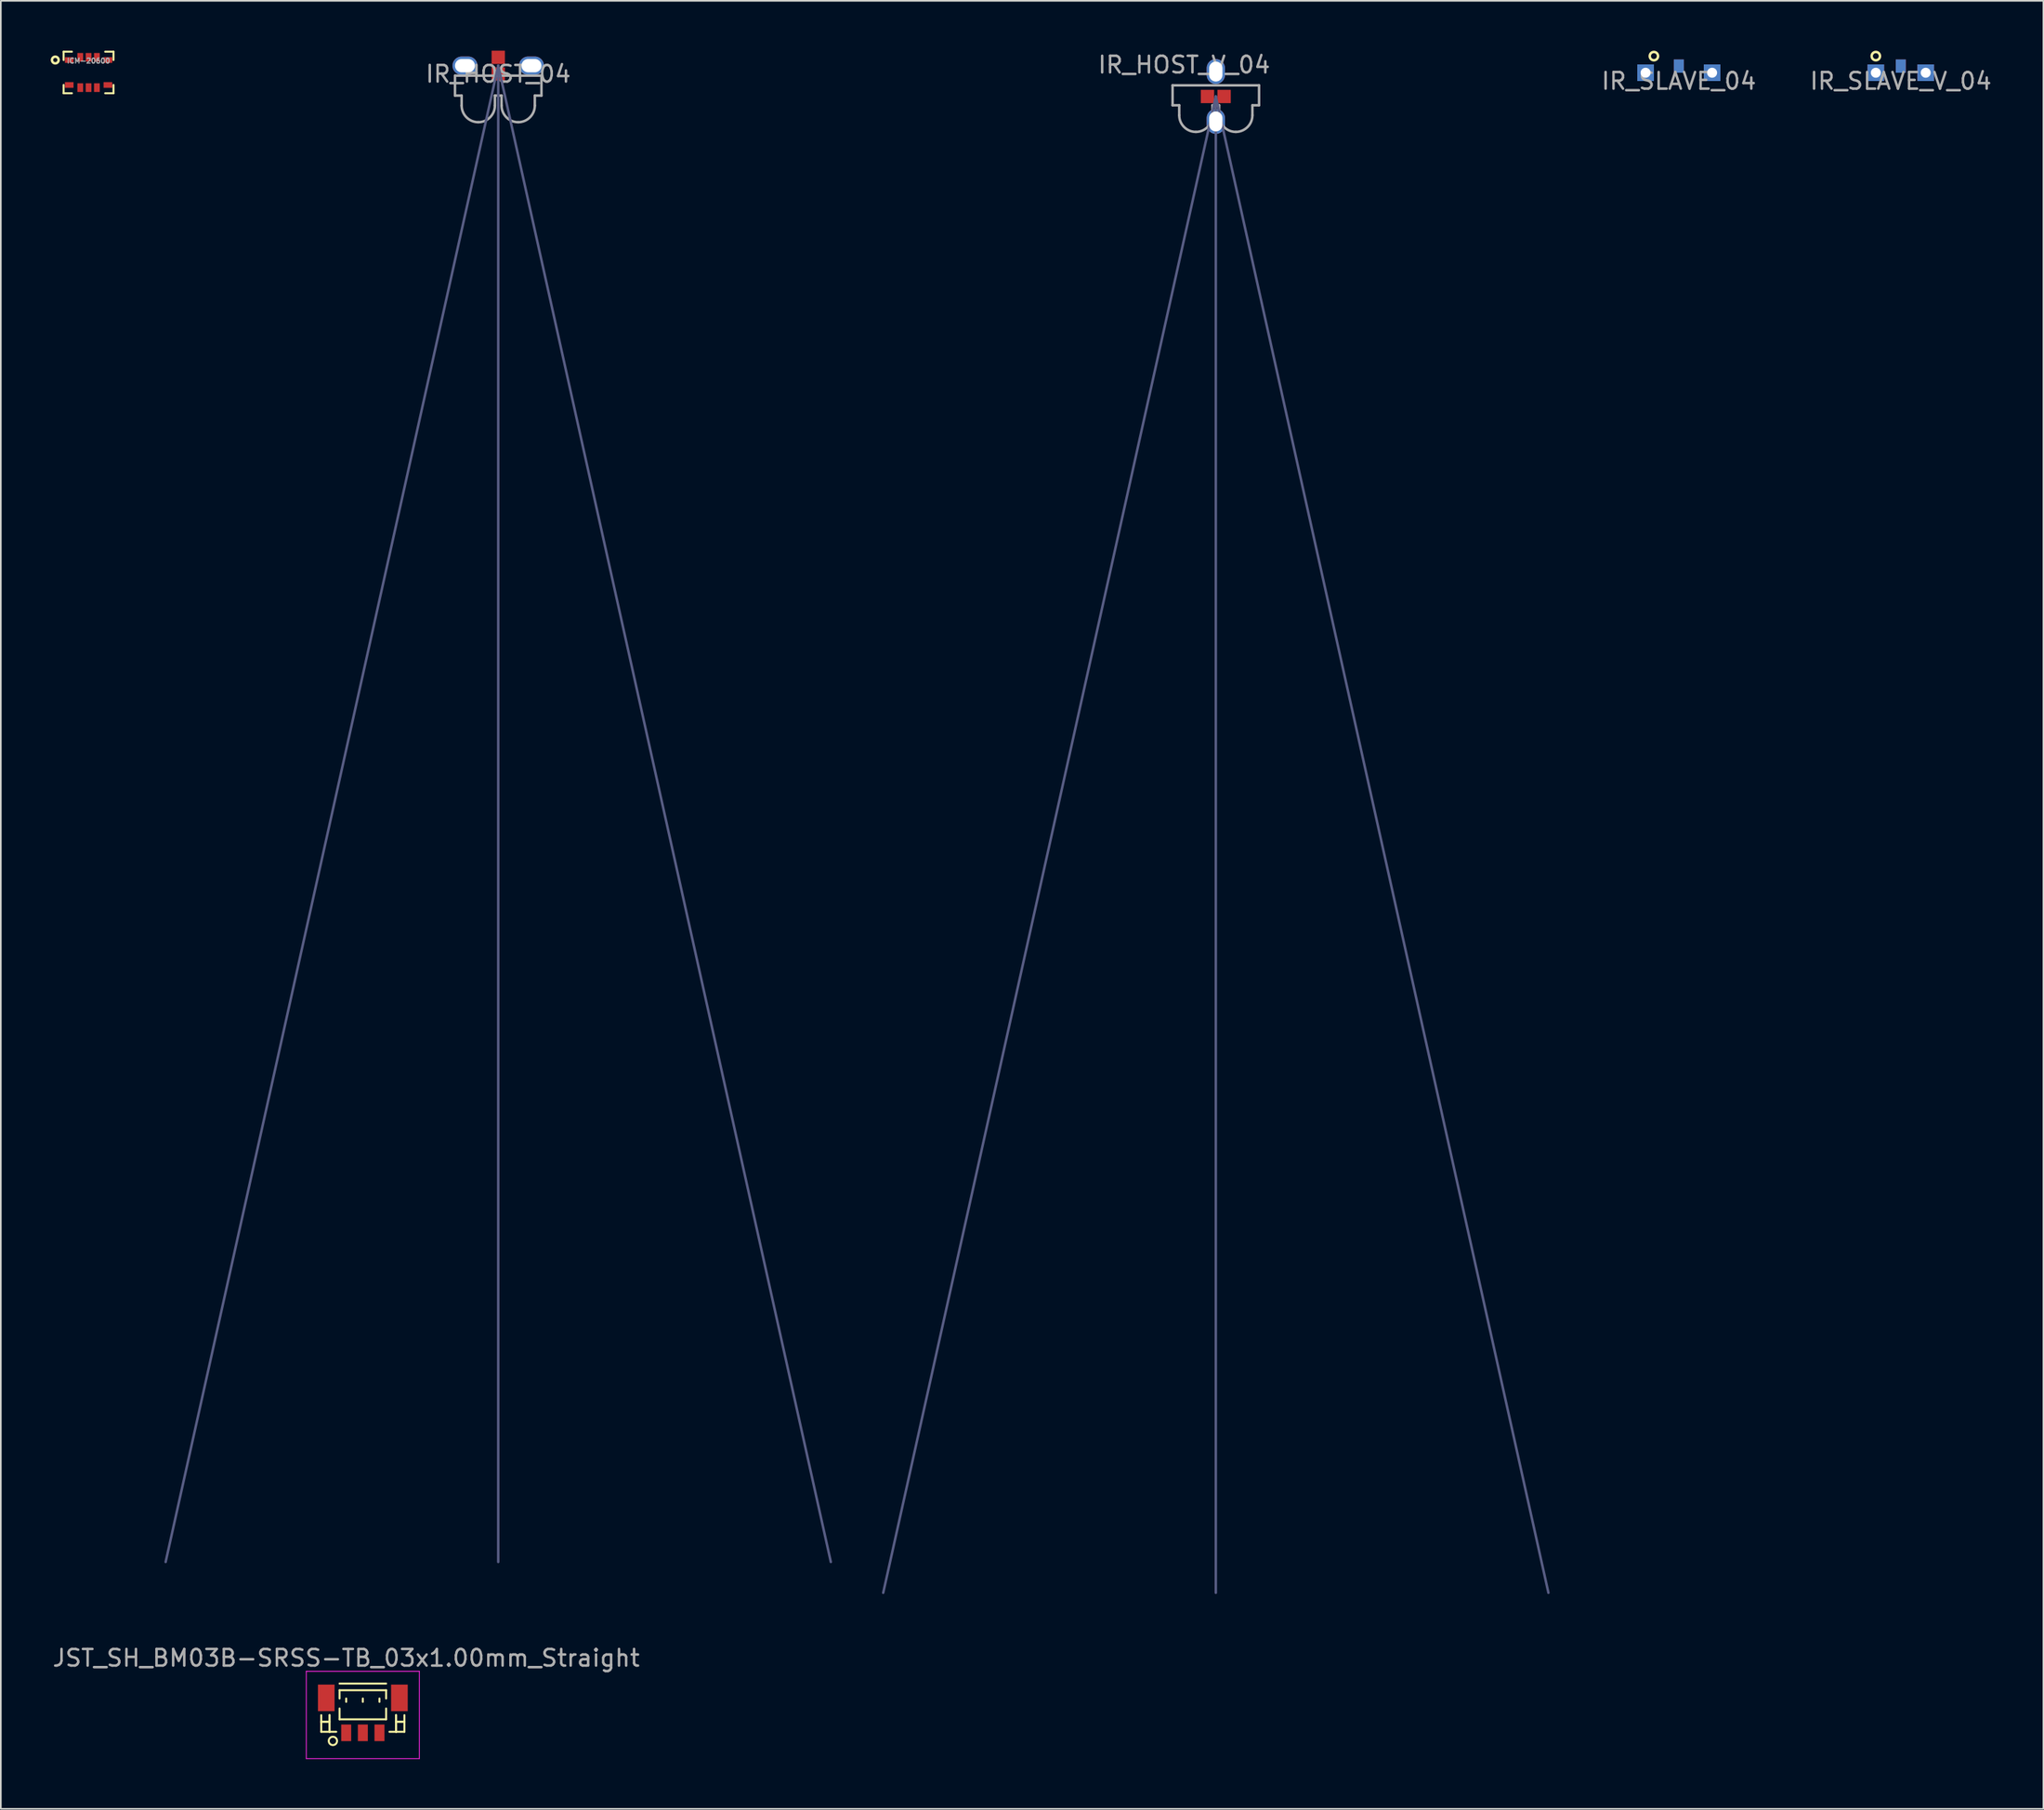
<source format=kicad_pcb>
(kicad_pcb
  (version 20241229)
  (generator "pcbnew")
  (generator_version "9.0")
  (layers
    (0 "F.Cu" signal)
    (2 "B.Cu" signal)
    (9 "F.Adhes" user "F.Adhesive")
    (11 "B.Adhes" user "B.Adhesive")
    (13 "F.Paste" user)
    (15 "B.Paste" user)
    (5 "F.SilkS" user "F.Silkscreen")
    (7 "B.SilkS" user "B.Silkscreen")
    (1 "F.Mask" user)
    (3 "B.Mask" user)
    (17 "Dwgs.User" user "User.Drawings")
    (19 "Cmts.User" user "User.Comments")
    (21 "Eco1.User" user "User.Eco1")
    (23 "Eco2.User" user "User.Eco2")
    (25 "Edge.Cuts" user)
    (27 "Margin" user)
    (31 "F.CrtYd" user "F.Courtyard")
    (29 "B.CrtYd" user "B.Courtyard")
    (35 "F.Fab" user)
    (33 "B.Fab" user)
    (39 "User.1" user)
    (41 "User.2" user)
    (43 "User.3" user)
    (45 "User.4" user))
  (footprint "JST_SH_BM03B-SRSS-TB_03x1.00mm_Straight"
    (layer "F.Cu")
    (at 18.768 100.177)
    (property "Reference" "JST_SH_BM03B-SRSS-TB_03x1.00mm_Straight" (at -1 -3.5 180) (layer "F.Fab") (effects (font (size 1 1) (thickness 0.15))))
    (attr smd)
    (fp_line (start -2.5 -0.062) (end -2.5 0.938) (stroke (width 0.12) (type solid)) (layer "F.SilkS"))
    (fp_line (start -2.5 0.338) (end -2.5 0.338) (stroke (width 0.12) (type solid)) (layer "F.SilkS"))
    (fp_line (start -2.5 0.338) (end -2 0.338) (stroke (width 0.12) (type solid)) (layer "F.SilkS"))
    (fp_line (start -2.5 0.938) (end -1.6 0.938) (stroke (width 0.12) (type solid)) (layer "F.SilkS"))
    (fp_line (start -2 -0.062) (end -2 -0.062) (stroke (width 0.12) (type solid)) (layer "F.SilkS"))
    (fp_line (start -2 -0.062) (end -2 0.938) (stroke (width 0.12) (type solid)) (layer "F.SilkS"))
    (fp_line (start -2 0.338) (end -2.5 0.338) (stroke (width 0.12) (type solid)) (layer "F.SilkS"))
    (fp_line (start -2 0.338) (end -2 0.338) (stroke (width 0.12) (type solid)) (layer "F.SilkS"))
    (fp_line (start -2 0.938) (end -2 -0.062) (stroke (width 0.12) (type solid)) (layer "F.SilkS"))
    (fp_line (start -2 0.938) (end -2 0.938) (stroke (width 0.12) (type solid)) (layer "F.SilkS"))
    (fp_line (start -1.4 -1.962) (end 1.4 -1.962) (stroke (width 0.12) (type solid)) (layer "F.SilkS"))
    (fp_line (start -1.4 -1.562) (end 1.4 -1.562) (stroke (width 0.12) (type solid)) (layer "F.SilkS"))
    (fp_line (start -1.4 -1.062) (end -1.4 -1.562) (stroke (width 0.12) (type solid)) (layer "F.SilkS"))
    (fp_line (start -1.4 -0.463) (end -1.4 0.188) (stroke (width 0.12) (type solid)) (layer "F.SilkS"))
    (fp_line (start -1.4 0.188) (end 1.4 0.188) (stroke (width 0.12) (type solid)) (layer "F.SilkS"))
    (fp_line (start -1 -1.062) (end -1 -0.863) (stroke (width 0.12) (type solid)) (layer "F.SilkS"))
    (fp_line (start 0 -1.062) (end 0 -0.863) (stroke (width 0.12) (type solid)) (layer "F.SilkS"))
    (fp_line (start 1 -1.062) (end 1 -0.863) (stroke (width 0.12) (type solid)) (layer "F.SilkS"))
    (fp_line (start 1.4 -1.562) (end 1.4 -1.062) (stroke (width 0.12) (type solid)) (layer "F.SilkS"))
    (fp_line (start 1.4 0.188) (end 1.4 -0.463) (stroke (width 0.12) (type solid)) (layer "F.SilkS"))
    (fp_line (start 2 -0.062) (end 2 -0.062) (stroke (width 0.12) (type solid)) (layer "F.SilkS"))
    (fp_line (start 2 -0.062) (end 2 0.938) (stroke (width 0.12) (type solid)) (layer "F.SilkS"))
    (fp_line (start 2 0.338) (end 2 0.338) (stroke (width 0.12) (type solid)) (layer "F.SilkS"))
    (fp_line (start 2 0.338) (end 2.5 0.338) (stroke (width 0.12) (type solid)) (layer "F.SilkS"))
    (fp_line (start 2 0.938) (end 2 -0.062) (stroke (width 0.12) (type solid)) (layer "F.SilkS"))
    (fp_line (start 2 0.938) (end 2 0.938) (stroke (width 0.12) (type solid)) (layer "F.SilkS"))
    (fp_line (start 2.5 -0.062) (end 2.5 0.938) (stroke (width 0.12) (type solid)) (layer "F.SilkS"))
    (fp_line (start 2.5 0.338) (end 2 0.338) (stroke (width 0.12) (type solid)) (layer "F.SilkS"))
    (fp_line (start 2.5 0.338) (end 2.5 0.338) (stroke (width 0.12) (type solid)) (layer "F.SilkS"))
    (fp_line (start 2.5 0.938) (end 1.6 0.938) (stroke (width 0.12) (type solid)) (layer "F.SilkS"))
    (fp_circle (center -1.8 1.488) (end -1.55 1.488) (stroke (width 0.12) (type solid)) (fill no) (layer "F.SilkS"))
    (fp_line (start -3.4 -2.7) (end 3.4 -2.7) (stroke (width 0.05) (type solid)) (layer "F.CrtYd"))
    (fp_line (start -3.4 2.55) (end -3.4 -2.7) (stroke (width 0.05) (type solid)) (layer "F.CrtYd"))
    (fp_line (start 3.4 -2.7) (end 3.4 2.55) (stroke (width 0.05) (type solid)) (layer "F.CrtYd"))
    (fp_line (start 3.4 2.55) (end -3.4 2.55) (stroke (width 0.05) (type solid)) (layer "F.CrtYd"))
    (pad "" smd rect (at -2.2 -1.1) (size 1 1.6) (layers "F.Cu" "F.Mask" "F.Paste"))
    (pad "" smd rect (at 2.2 -1.1) (size 1 1.6) (layers "F.Cu" "F.Mask" "F.Paste"))
    (pad "1" smd rect (at -1 1) (size 0.6 1) (layers "F.Cu" "F.Mask" "F.Paste"))
    (pad "2" smd rect (at 0 1) (size 0.6 1) (layers "F.Cu" "F.Mask" "F.Paste"))
    (pad "3" smd rect (at 1 1) (size 0.6 1) (layers "F.Cu" "F.Mask" "F.Paste")))
  (footprint "IR_HOST_V_04"
    (layer "F.Cu")
    (at 70.06 2.753)
    (property "Reference" "IR_HOST_V_04" (at -1.905 -1.905 0) (layer "F.Fab") (effects (font (size 1 1) (thickness 0.15))))
    (attr through_hole)
    (fp_line (start 0 0) (end -20 90) (stroke (width 0.15) (type solid)) (layer "B.Fab"))
    (fp_line (start 0 0) (end 0 90) (stroke (width 0.15) (type solid)) (layer "B.Fab"))
    (fp_line (start 20 90) (end 0 0) (stroke (width 0.15) (type solid)) (layer "B.Fab"))
    (fp_line (start -2.6 -0.67) (end -2.6 0.53) (stroke (width 0.15) (type solid)) (layer "F.Fab"))
    (fp_line (start -2.6 0.53) (end -2.2 0.53) (stroke (width 0.15) (type solid)) (layer "F.Fab"))
    (fp_line (start -2.2 0.53) (end -2.2 1.13) (stroke (width 0.15) (type solid)) (layer "F.Fab"))
    (fp_line (start -0.2 0.53) (end 0.2 0.53) (stroke (width 0.15) (type solid)) (layer "F.Fab"))
    (fp_line (start -0.2 1.13) (end -0.2 0.53) (stroke (width 0.15) (type solid)) (layer "F.Fab"))
    (fp_line (start 0.2 0.53) (end 0.2 1.13) (stroke (width 0.15) (type solid)) (layer "F.Fab"))
    (fp_line (start 2.2 0.53) (end 2.6 0.53) (stroke (width 0.15) (type solid)) (layer "F.Fab"))
    (fp_line (start 2.2 1.13) (end 2.2 0.53) (stroke (width 0.15) (type solid)) (layer "F.Fab"))
    (fp_line (start 2.6 -0.67) (end -2.6 -0.67) (stroke (width 0.15) (type solid)) (layer "F.Fab"))
    (fp_line (start 2.6 0.53) (end 2.6 -0.67) (stroke (width 0.15) (type solid)) (layer "F.Fab"))
    (fp_arc (start -1.2 2.13) (mid -1.907107 1.837107) (end -2.2 1.13) (stroke (width 0.15) (type solid)) (layer "F.Fab"))
    (fp_arc (start -0.2 1.13) (mid -0.492893 1.837107) (end -1.2 2.13) (stroke (width 0.15) (type solid)) (layer "F.Fab"))
    (fp_arc (start 1.2 2.13) (mid 0.492893 1.837107) (end 0.2 1.13) (stroke (width 0.15) (type solid)) (layer "F.Fab"))
    (fp_arc (start 2.2 1.13) (mid 1.907107 1.837107) (end 1.2 2.13) (stroke (width 0.15) (type solid)) (layer "F.Fab"))
    (pad "1" thru_hole oval (at 0 -1.5) (size 1.1 1.5) (drill oval 0.8 1.2) (layers "*.Cu" "*.Mask"))
    (pad "2" smd rect (at -0.5 0) (size 0.8 0.8) (layers "F.Cu" "F.Mask" "F.Paste"))
    (pad "3" smd rect (at 0.5 0) (size 0.8 0.8) (layers "F.Cu" "F.Mask" "F.Paste"))
    (pad "4" thru_hole oval (at 0 1.5) (size 1.1 1.5) (drill oval 0.8 1.2) (layers "*.Cu" "*.Mask")))
  (footprint "ICM-20600"
    (layer "F.Cu")
    (at 2.275 1.31)
    (property "Reference" "ICM-20600" (at 0 -0.701 0) (layer "F.Fab") (effects (font (size 0.3 0.3) (thickness 0.066))))
    (attr through_hole)
    (fp_line (start -1.5 -1.25) (end -1 -1.25) (stroke (width 0.12) (type solid)) (layer "F.SilkS"))
    (fp_line (start -1.5 -0.75) (end -1.5 -1.25) (stroke (width 0.12) (type solid)) (layer "F.SilkS"))
    (fp_line (start -1.5 1.25) (end -1.5 0.75) (stroke (width 0.12) (type solid)) (layer "F.SilkS"))
    (fp_line (start -1 1.25) (end -1.5 1.25) (stroke (width 0.12) (type solid)) (layer "F.SilkS"))
    (fp_line (start 1 -1.25) (end 1.5 -1.25) (stroke (width 0.12) (type solid)) (layer "F.SilkS"))
    (fp_line (start 1.5 -1.25) (end 1.5 -0.75) (stroke (width 0.12) (type solid)) (layer "F.SilkS"))
    (fp_line (start 1.5 0.75) (end 1.5 1.25) (stroke (width 0.12) (type solid)) (layer "F.SilkS"))
    (fp_line (start 1.5 1.25) (end 1 1.25) (stroke (width 0.12) (type solid)) (layer "F.SilkS"))
    (fp_circle (center -2 -0.75) (end -1.8 -0.75) (stroke (width 0.15) (type solid)) (fill no) (layer "F.SilkS"))
    (pad "1" smd rect (at -1.163 -0.75) (size 0.52 0.34) (layers "F.Cu" "F.Mask" "F.Paste"))
    (pad "4" smd rect (at -1.163 0.75) (size 0.52 0.34) (layers "F.Cu" "F.Mask" "F.Paste"))
    (pad "5" smd rect (at -0.5 0.912) (size 0.345 0.52) (layers "F.Cu" "F.Mask" "F.Paste"))
    (pad "6" smd rect (at 0 0.912) (size 0.345 0.52) (layers "F.Cu" "F.Mask" "F.Paste"))
    (pad "7" smd rect (at 0.5 0.912) (size 0.345 0.52) (layers "F.Cu" "F.Mask" "F.Paste"))
    (pad "8" smd rect (at 1.163 0.75) (size 0.52 0.34) (layers "F.Cu" "F.Mask" "F.Paste"))
    (pad "11" smd rect (at 1.163 -0.75) (size 0.52 0.34) (layers "F.Cu" "F.Mask" "F.Paste"))
    (pad "12" smd rect (at 0.5 -0.912) (size 0.345 0.52) (layers "F.Cu" "F.Mask" "F.Paste"))
    (pad "13" smd rect (at 0 -0.912) (size 0.345 0.52) (layers "F.Cu" "F.Mask" "F.Paste"))
    (pad "14" smd rect (at -0.5 -0.912) (size 0.345 0.52) (layers "F.Cu" "F.Mask" "F.Paste")))
  (footprint "IR_SLAVE_04"
    (layer "F.Cu")
    (at 97.903 1.325)
    (property "Reference" "IR_SLAVE_04" (at 0 0.5 0) (layer "F.Fab") (effects (font (size 1 1) (thickness 0.15))))
    (attr through_hole)
    (fp_circle (center -1.5 -1) (end -1.25 -1) (stroke (width 0.15) (type solid)) (fill no) (layer "F.SilkS"))
    (pad "1" thru_hole rect (at -2 0) (size 1 1) (drill 0.6) (layers "*.Cu" "*.Mask"))
    (pad "2" smd rect (at 0 -0.4) (size 0.6 0.8) (layers "F.Cu" "F.Mask" "F.Paste"))
    (pad "3" smd rect (at 0 -0.4) (size 0.6 0.8) (layers "B.Cu" "B.Mask" "B.Paste"))
    (pad "4" thru_hole rect (at 2 0) (size 1 1) (drill 0.6) (layers "*.Cu" "*.Mask")))
  (footprint "IR_SLAVE_V_04"
    (layer "F.Cu")
    (at 111.248 1.325)
    (property "Reference" "IR_SLAVE_V_04" (at 0 0.5 0) (layer "F.Fab") (effects (font (size 1 1) (thickness 0.15))))
    (attr through_hole)
    (fp_circle (center -1.5 -1) (end -1.25 -1) (stroke (width 0.15) (type solid)) (fill no) (layer "F.SilkS"))
    (pad "1" thru_hole rect (at -1.5 0) (size 1 1) (drill 0.6) (layers "*.Cu" "*.Mask"))
    (pad "2" smd rect (at 0 -0.4) (size 0.6 0.8) (layers "F.Cu" "F.Mask" "F.Paste"))
    (pad "3" smd rect (at 0 -0.4) (size 0.6 0.8) (layers "B.Cu" "B.Mask" "B.Paste"))
    (pad "4" thru_hole rect (at 1.5 0) (size 1 1) (drill 0.6) (layers "*.Cu" "*.Mask")))
  (footprint "IR_HOST_04"
    (layer "F.Cu")
    (at 26.91 0.9)
    (property "Reference" "IR_HOST_04" (at 0 0.5 180) (layer "F.Fab") (effects (font (size 1 1) (thickness 0.15))))
    (attr through_hole)
    (fp_line (start 0 0) (end -20 90) (stroke (width 0.15) (type solid)) (layer "B.Fab"))
    (fp_line (start 0 0) (end 0 90) (stroke (width 0.15) (type solid)) (layer "B.Fab"))
    (fp_line (start 20 90) (end 0 0) (stroke (width 0.15) (type solid)) (layer "B.Fab"))
    (fp_line (start -2.6 0.6) (end -2.6 1.8) (stroke (width 0.15) (type solid)) (layer "F.Fab"))
    (fp_line (start -2.6 1.8) (end -2.2 1.8) (stroke (width 0.15) (type solid)) (layer "F.Fab"))
    (fp_line (start -2.2 1.8) (end -2.2 2.4) (stroke (width 0.15) (type solid)) (layer "F.Fab"))
    (fp_line (start -0.2 1.8) (end 0.2 1.8) (stroke (width 0.15) (type solid)) (layer "F.Fab"))
    (fp_line (start -0.2 2.4) (end -0.2 1.8) (stroke (width 0.15) (type solid)) (layer "F.Fab"))
    (fp_line (start 0.2 1.8) (end 0.2 2.4) (stroke (width 0.15) (type solid)) (layer "F.Fab"))
    (fp_line (start 2.2 1.8) (end 2.6 1.8) (stroke (width 0.15) (type solid)) (layer "F.Fab"))
    (fp_line (start 2.2 2.4) (end 2.2 1.8) (stroke (width 0.15) (type solid)) (layer "F.Fab"))
    (fp_line (start 2.6 0.6) (end -2.6 0.6) (stroke (width 0.15) (type solid)) (layer "F.Fab"))
    (fp_line (start 2.6 1.8) (end 2.6 0.6) (stroke (width 0.15) (type solid)) (layer "F.Fab"))
    (fp_arc (start -1.2 3.4) (mid -1.907107 3.107107) (end -2.2 2.4) (stroke (width 0.15) (type solid)) (layer "F.Fab"))
    (fp_arc (start -0.2 2.4) (mid -0.492893 3.107107) (end -1.2 3.4) (stroke (width 0.15) (type solid)) (layer "F.Fab"))
    (fp_arc (start 1.2 3.4) (mid 0.492893 3.107107) (end 0.2 2.4) (stroke (width 0.15) (type solid)) (layer "F.Fab"))
    (fp_arc (start 2.2 2.4) (mid 1.907107 3.107107) (end 1.2 3.4) (stroke (width 0.15) (type solid)) (layer "F.Fab"))
    (pad "1" thru_hole oval (at -2 0) (size 1.5 1.1) (drill oval 1.2 0.8) (layers "*.Cu" "*.Mask"))
    (pad "2" smd rect (at 0 0.5) (size 0.8 0.8) (layers "F.Cu" "F.Mask" "F.Paste"))
    (pad "3" smd rect (at 0 -0.5) (size 0.8 0.8) (layers "F.Cu" "F.Mask" "F.Paste"))
    (pad "4" thru_hole oval (at 2 0) (size 1.5 1.1) (drill oval 1.2 0.8) (layers "*.Cu" "*.Mask")))
  (gr_rect
    (start -3 -3)
    (end 119.825 105.751)
    (stroke (width 0.1) (type default))
    (fill no)
    (layer "Edge.Cuts")))
</source>
